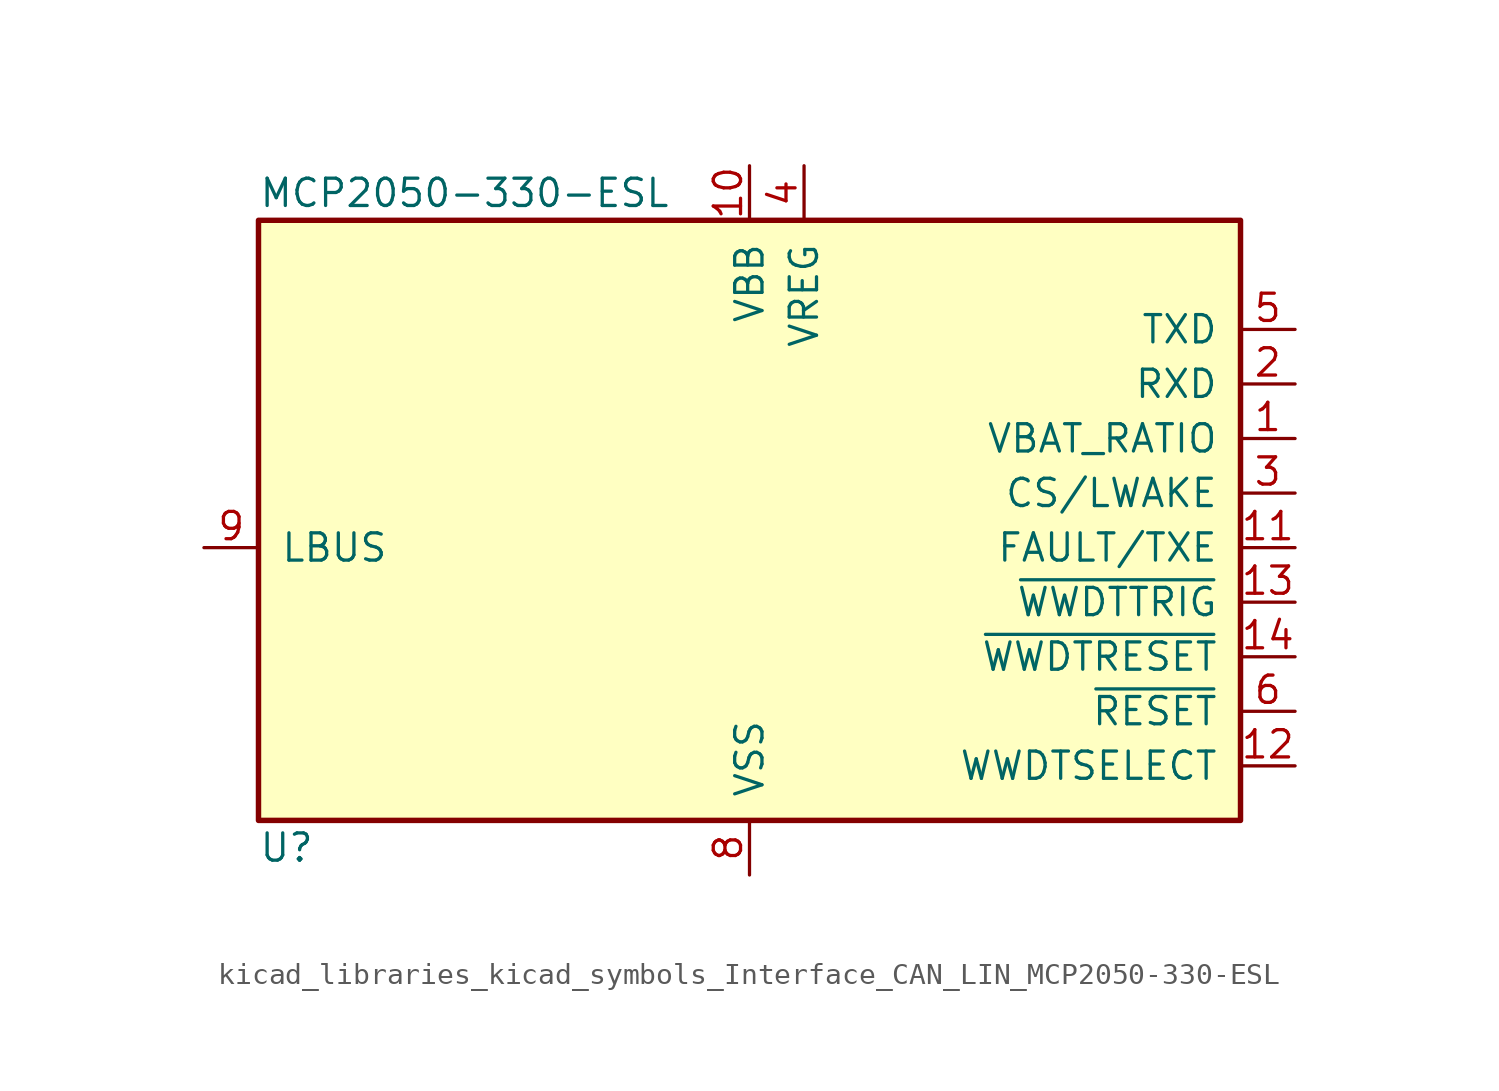
<source format=kicad_sym>
(kicad_symbol_lib
  (version 20220914)
  (generator kicad_symbol_editor)
  (symbol "kicad_libraries_kicad_symbols_Interface_CAN_LIN_MCP2050-330-ESL"
    (pin_names
      (offset 1.016))
    (property "Reference" "U"
      (at -22.86 -13.97 0)
      (effects (font (size 1.27 1.27)) (justify left)))
    (property "Value" "MCP2050-330-ESL"
      (at -22.86 16.51 0)
      (effects (font (size 1.27 1.27)) (justify left)))
    (symbol "kicad_libraries_kicad_symbols_Interface_CAN_LIN_MCP2050-330-ESL_0_1"
      (rectangle (start -22.86 15.24) (end 22.86 -12.7) (stroke (width 0.254) (type default)) (fill (type background))))
    (symbol "kicad_libraries_kicad_symbols_Interface_CAN_LIN_MCP2050-330-ESL_1_1"
      (pin output line (at 25.4 5.08 180) (length 2.54) (name "VBAT_RATIO" (effects (font (size 1.27 1.27)))) (number "1" (effects (font (size 1.27 1.27)))))
      (pin power_in line (at 0 17.78 270) (length 2.54) (name "VBB" (effects (font (size 1.27 1.27)))) (number "10" (effects (font (size 1.27 1.27)))))
      (pin open_collector line (at 25.4 0 180) (length 2.54) (name "FAULT/TXE" (effects (font (size 1.27 1.27)))) (number "11" (effects (font (size 1.27 1.27)))))
      (pin input line (at 25.4 -10.16 180) (length 2.54) (name "WWDTSELECT" (effects (font (size 1.27 1.27)))) (number "12" (effects (font (size 1.27 1.27)))))
      (pin input line (at 25.4 -2.54 180) (length 2.54) (name "~{WWDTTRIG}" (effects (font (size 1.27 1.27)))) (number "13" (effects (font (size 1.27 1.27)))))
      (pin output line (at 25.4 -5.08 180) (length 2.54) (name "~{WWDTRESET}" (effects (font (size 1.27 1.27)))) (number "14" (effects (font (size 1.27 1.27)))))
      (pin output line (at 25.4 7.62 180) (length 2.54) (name "RXD" (effects (font (size 1.27 1.27)))) (number "2" (effects (font (size 1.27 1.27)))))
      (pin input line (at 25.4 2.54 180) (length 2.54) (name "CS/LWAKE" (effects (font (size 1.27 1.27)))) (number "3" (effects (font (size 1.27 1.27)))))
      (pin power_out line (at 2.54 17.78 270) (length 2.54) (name "VREG" (effects (font (size 1.27 1.27)))) (number "4" (effects (font (size 1.27 1.27)))))
      (pin input line (at 25.4 10.16 180) (length 2.54) (name "TXD" (effects (font (size 1.27 1.27)))) (number "5" (effects (font (size 1.27 1.27)))))
      (pin output line (at 25.4 -7.62 180) (length 2.54) (name "~{RESET}" (effects (font (size 1.27 1.27)))) (number "6" (effects (font (size 1.27 1.27)))))
      (pin no_connect line (at -22.86 -7.62 0) (length 2.54) hide (name "NC" (effects (font (size 1.27 1.27)))) (number "7" (effects (font (size 1.27 1.27)))))
      (pin power_in line (at 0 -15.24 90) (length 2.54) (name "VSS" (effects (font (size 1.27 1.27)))) (number "8" (effects (font (size 1.27 1.27)))))
      (pin open_collector line (at -25.4 0 0) (length 2.54) (name "LBUS" (effects (font (size 1.27 1.27)))) (number "9" (effects (font (size 1.27 1.27))))))))
</source>
